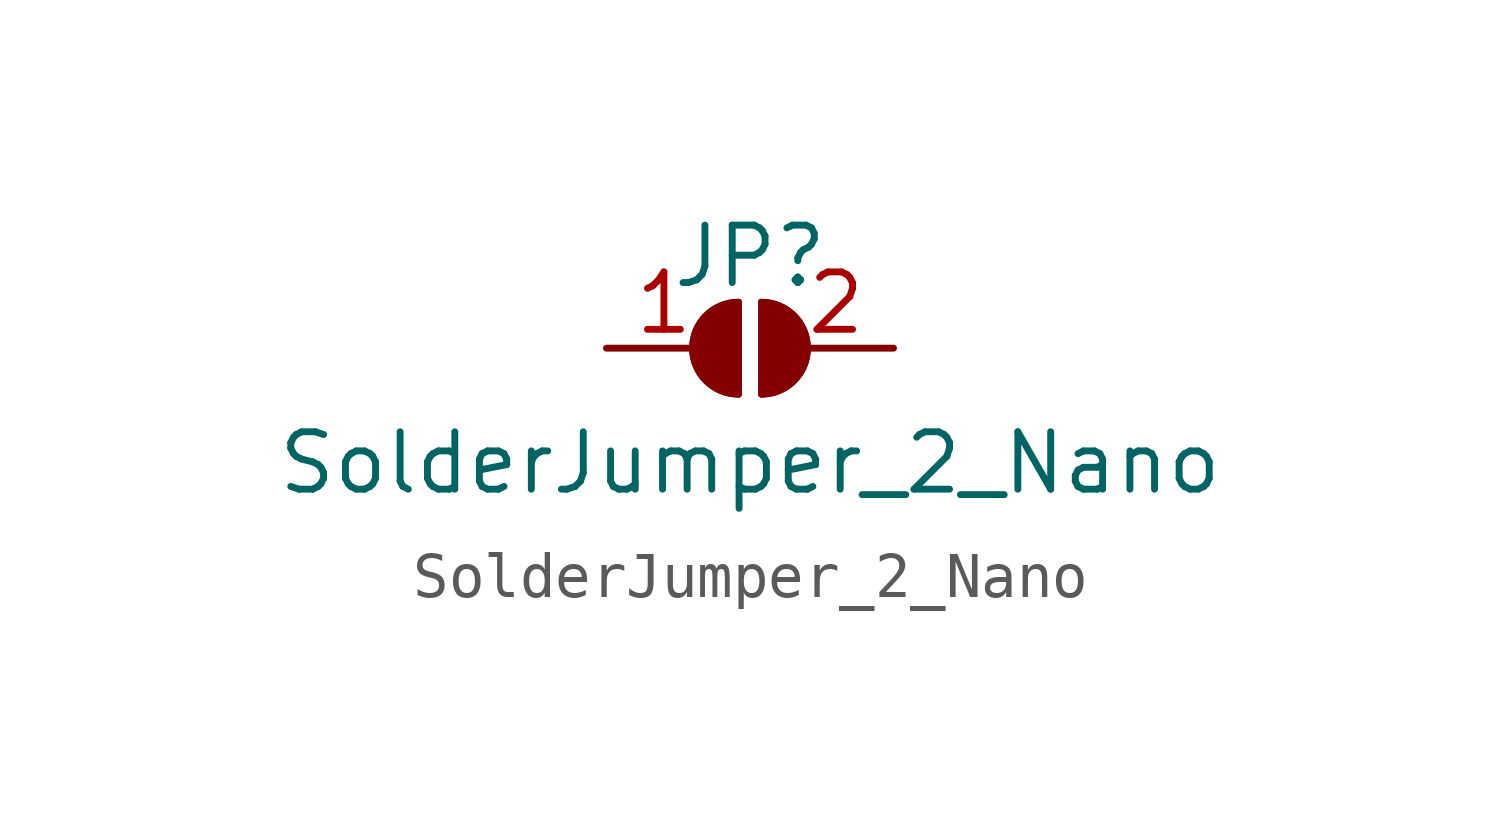
<source format=kicad_sym>
(kicad_symbol_lib
  (version 20211014)
  (generator kicad_symbol_editor)
  (symbol "SolderJumper_2_Nano"
    (pin_names
      (offset 0) hide)
    (property "Reference" "JP"
      (at 0 2.032 0)
      (effects (font (size 1.27 1.27))))
    (property "Value" "SolderJumper_2_Nano"
      (at 0 -2.54 0)
      (effects (font (size 1.27 1.27))))
    (symbol "SolderJumper_2_Nano_0_1"
      (arc (start -0.254 1.016) (mid -1.27 0) (end -0.254 -1.016) (stroke (width 0) (type default) (color 0 0 0 0)) (fill (type none)))
      (arc (start -0.254 1.016) (mid -1.27 0) (end -0.254 -1.016) (stroke (width 0) (type default) (color 0 0 0 0)) (fill (type outline)))
      (polyline (pts (xy -0.254 1.016) (xy -0.254 -1.016)) (stroke (width 0) (type default) (color 0 0 0 0)) (fill (type none)))
      (polyline (pts (xy 0.254 1.016) (xy 0.254 -1.016)) (stroke (width 0) (type default) (color 0 0 0 0)) (fill (type none)))
      (arc (start 0.254 -1.016) (mid 1.27 0) (end 0.254 1.016) (stroke (width 0) (type default) (color 0 0 0 0)) (fill (type none)))
      (arc (start 0.254 -1.016) (mid 1.27 0) (end 0.254 1.016) (stroke (width 0) (type default) (color 0 0 0 0)) (fill (type outline))))
    (symbol "SolderJumper_2_Nano_1_1"
      (pin passive line (at -3.175 0 0) (length 2.54) (name "A" (effects (font (size 1.27 1.27)))) (number "1" (effects (font (size 1.27 1.27)))))
      (pin passive line (at 3.175 0 180) (length 2.54) (name "B" (effects (font (size 1.27 1.27)))) (number "2" (effects (font (size 1.27 1.27))))))))
</source>
